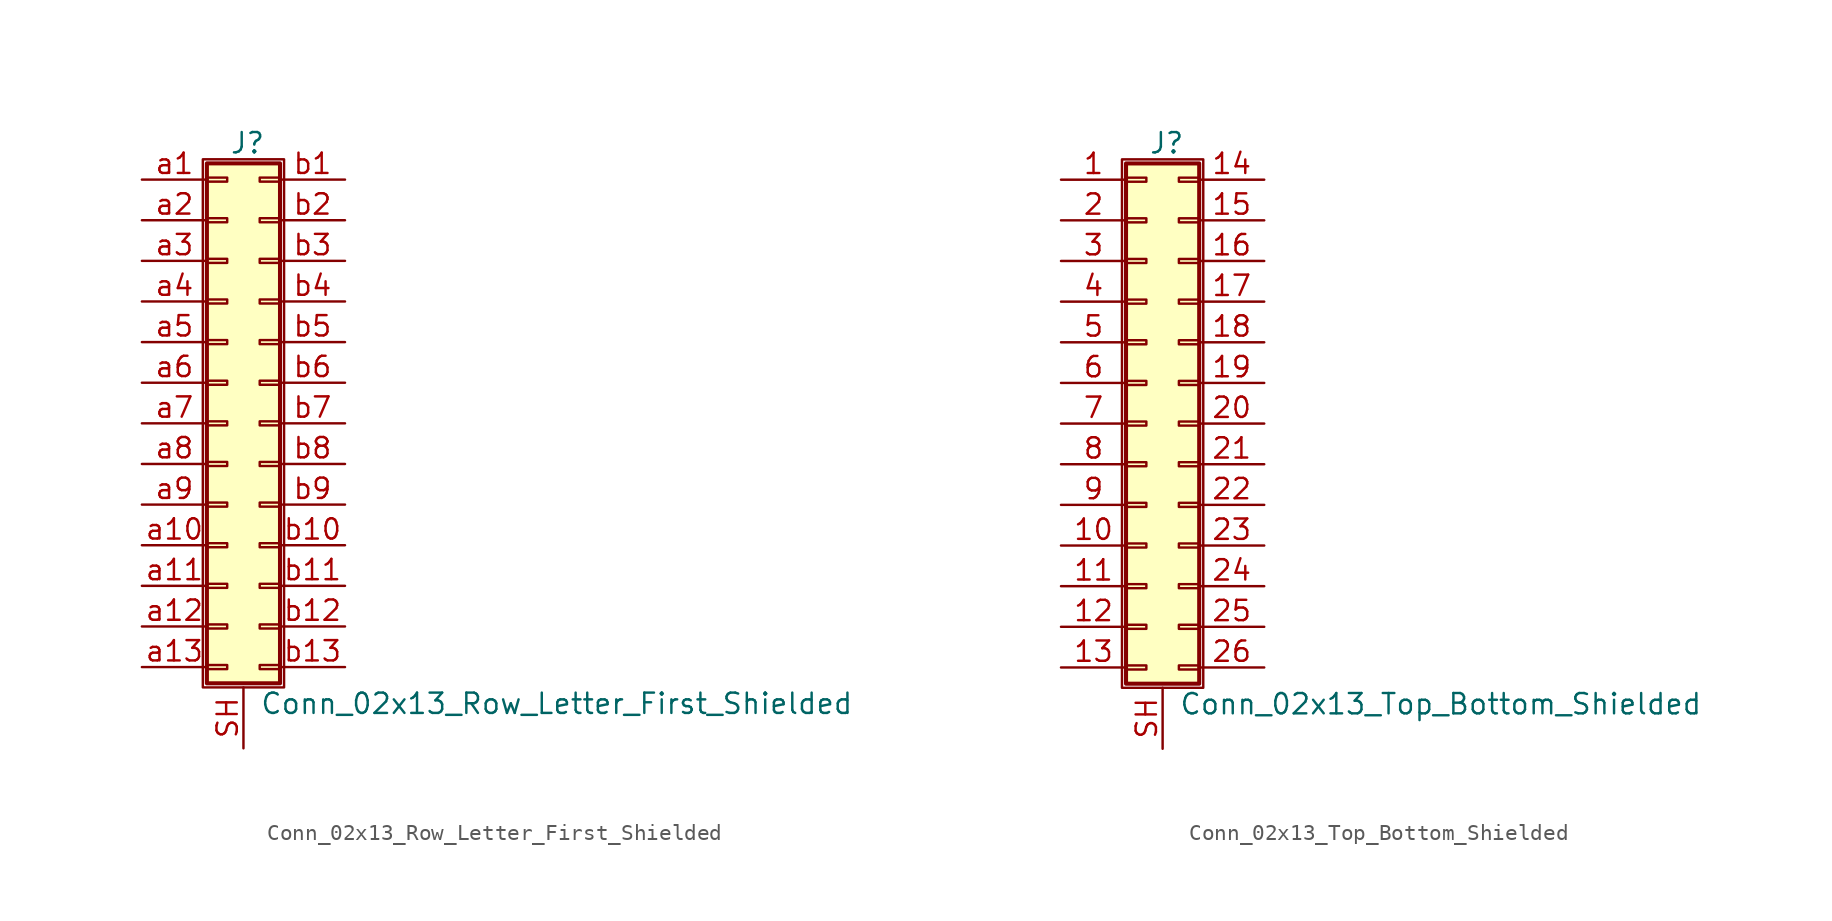
<source format=kicad_sym>
(kicad_symbol_lib
  (version 20201005)
  (generator kicad_symbol_editor)
  (symbol "Conn_02x13_Row_Letter_First_Shielded"
    (pin_names
      (offset 1.016) hide)
    (property "Reference" "J"
      (at 1.524 17.526 0)
      (effects (font (size 1.27 1.27))))
    (property "Value" "Conn_02x13_Row_Letter_First_Shielded"
      (at 2.286 -17.526 0)
      (effects (font (size 1.27 1.27)) (justify left)))
    (symbol "Conn_02x13_Row_Letter_First_Shielded_1_1"
      (rectangle (start -1.27 16.51) (end 3.81 -16.51) (stroke (width 0.152)) (fill (type none)))
      (rectangle (start -1.016 -15.113) (end 0.254 -15.367) (stroke (width 0.152)) (fill (type none)))
      (rectangle (start -1.016 -12.573) (end 0.254 -12.827) (stroke (width 0.152)) (fill (type none)))
      (rectangle (start -1.016 -10.033) (end 0.254 -10.287) (stroke (width 0.152)) (fill (type none)))
      (rectangle (start -1.016 -7.493) (end 0.254 -7.747) (stroke (width 0.152)) (fill (type none)))
      (rectangle (start -1.016 -4.953) (end 0.254 -5.207) (stroke (width 0.152)) (fill (type none)))
      (rectangle (start -1.016 -2.413) (end 0.254 -2.667) (stroke (width 0.152)) (fill (type none)))
      (rectangle (start -1.016 0.127) (end 0.254 -0.127) (stroke (width 0.152)) (fill (type none)))
      (rectangle (start -1.016 2.667) (end 0.254 2.413) (stroke (width 0.152)) (fill (type none)))
      (rectangle (start -1.016 5.207) (end 0.254 4.953) (stroke (width 0.152)) (fill (type none)))
      (rectangle (start -1.016 7.747) (end 0.254 7.493) (stroke (width 0.152)) (fill (type none)))
      (rectangle (start -1.016 10.287) (end 0.254 10.033) (stroke (width 0.152)) (fill (type none)))
      (rectangle (start -1.016 12.827) (end 0.254 12.573) (stroke (width 0.152)) (fill (type none)))
      (rectangle (start -1.016 15.367) (end 0.254 15.113) (stroke (width 0.152)) (fill (type none)))
      (rectangle (start -1.016 16.256) (end 3.556 -16.256) (stroke (width 0.254)) (fill (type background)))
      (rectangle (start 3.556 -15.113) (end 2.286 -15.367) (stroke (width 0.152)) (fill (type none)))
      (rectangle (start 3.556 -12.573) (end 2.286 -12.827) (stroke (width 0.152)) (fill (type none)))
      (rectangle (start 3.556 -10.033) (end 2.286 -10.287) (stroke (width 0.152)) (fill (type none)))
      (rectangle (start 3.556 -7.493) (end 2.286 -7.747) (stroke (width 0.152)) (fill (type none)))
      (rectangle (start 3.556 -4.953) (end 2.286 -5.207) (stroke (width 0.152)) (fill (type none)))
      (rectangle (start 3.556 -2.413) (end 2.286 -2.667) (stroke (width 0.152)) (fill (type none)))
      (rectangle (start 3.556 0.127) (end 2.286 -0.127) (stroke (width 0.152)) (fill (type none)))
      (rectangle (start 3.556 2.667) (end 2.286 2.413) (stroke (width 0.152)) (fill (type none)))
      (rectangle (start 3.556 5.207) (end 2.286 4.953) (stroke (width 0.152)) (fill (type none)))
      (rectangle (start 3.556 7.747) (end 2.286 7.493) (stroke (width 0.152)) (fill (type none)))
      (rectangle (start 3.556 10.287) (end 2.286 10.033) (stroke (width 0.152)) (fill (type none)))
      (rectangle (start 3.556 12.827) (end 2.286 12.573) (stroke (width 0.152)) (fill (type none)))
      (rectangle (start 3.556 15.367) (end 2.286 15.113) (stroke (width 0.152)) (fill (type none)))
      (pin passive line (at 1.27 -20.32 90) (length 3.81) (name "Shield" (effects (font (size 1.27 1.27)))) (number "SH" (effects (font (size 1.27 1.27)))))
      (pin passive line (at -5.08 15.24 0) (length 4.064) (name "Pin_a1" (effects (font (size 1.27 1.27)))) (number "a1" (effects (font (size 1.27 1.27)))))
      (pin passive line (at -5.08 -7.62 0) (length 4.064) (name "Pin_a10" (effects (font (size 1.27 1.27)))) (number "a10" (effects (font (size 1.27 1.27)))))
      (pin passive line (at -5.08 -10.16 0) (length 4.064) (name "Pin_a11" (effects (font (size 1.27 1.27)))) (number "a11" (effects (font (size 1.27 1.27)))))
      (pin passive line (at -5.08 -12.7 0) (length 4.064) (name "Pin_a12" (effects (font (size 1.27 1.27)))) (number "a12" (effects (font (size 1.27 1.27)))))
      (pin passive line (at -5.08 -15.24 0) (length 4.064) (name "Pin_a13" (effects (font (size 1.27 1.27)))) (number "a13" (effects (font (size 1.27 1.27)))))
      (pin passive line (at -5.08 12.7 0) (length 4.064) (name "Pin_a2" (effects (font (size 1.27 1.27)))) (number "a2" (effects (font (size 1.27 1.27)))))
      (pin passive line (at -5.08 10.16 0) (length 4.064) (name "Pin_a3" (effects (font (size 1.27 1.27)))) (number "a3" (effects (font (size 1.27 1.27)))))
      (pin passive line (at -5.08 7.62 0) (length 4.064) (name "Pin_a4" (effects (font (size 1.27 1.27)))) (number "a4" (effects (font (size 1.27 1.27)))))
      (pin passive line (at -5.08 5.08 0) (length 4.064) (name "Pin_a5" (effects (font (size 1.27 1.27)))) (number "a5" (effects (font (size 1.27 1.27)))))
      (pin passive line (at -5.08 2.54 0) (length 4.064) (name "Pin_a6" (effects (font (size 1.27 1.27)))) (number "a6" (effects (font (size 1.27 1.27)))))
      (pin passive line (at -5.08 0 0) (length 4.064) (name "Pin_a7" (effects (font (size 1.27 1.27)))) (number "a7" (effects (font (size 1.27 1.27)))))
      (pin passive line (at -5.08 -2.54 0) (length 4.064) (name "Pin_a8" (effects (font (size 1.27 1.27)))) (number "a8" (effects (font (size 1.27 1.27)))))
      (pin passive line (at -5.08 -5.08 0) (length 4.064) (name "Pin_a9" (effects (font (size 1.27 1.27)))) (number "a9" (effects (font (size 1.27 1.27)))))
      (pin passive line (at 7.62 15.24 180) (length 4.064) (name "Pin_b1" (effects (font (size 1.27 1.27)))) (number "b1" (effects (font (size 1.27 1.27)))))
      (pin passive line (at 7.62 -7.62 180) (length 4.064) (name "Pin_b10" (effects (font (size 1.27 1.27)))) (number "b10" (effects (font (size 1.27 1.27)))))
      (pin passive line (at 7.62 -10.16 180) (length 4.064) (name "Pin_b11" (effects (font (size 1.27 1.27)))) (number "b11" (effects (font (size 1.27 1.27)))))
      (pin passive line (at 7.62 -12.7 180) (length 4.064) (name "Pin_b12" (effects (font (size 1.27 1.27)))) (number "b12" (effects (font (size 1.27 1.27)))))
      (pin passive line (at 7.62 -15.24 180) (length 4.064) (name "Pin_b13" (effects (font (size 1.27 1.27)))) (number "b13" (effects (font (size 1.27 1.27)))))
      (pin passive line (at 7.62 12.7 180) (length 4.064) (name "Pin_b2" (effects (font (size 1.27 1.27)))) (number "b2" (effects (font (size 1.27 1.27)))))
      (pin passive line (at 7.62 10.16 180) (length 4.064) (name "Pin_b3" (effects (font (size 1.27 1.27)))) (number "b3" (effects (font (size 1.27 1.27)))))
      (pin passive line (at 7.62 7.62 180) (length 4.064) (name "Pin_b4" (effects (font (size 1.27 1.27)))) (number "b4" (effects (font (size 1.27 1.27)))))
      (pin passive line (at 7.62 5.08 180) (length 4.064) (name "Pin_b5" (effects (font (size 1.27 1.27)))) (number "b5" (effects (font (size 1.27 1.27)))))
      (pin passive line (at 7.62 2.54 180) (length 4.064) (name "Pin_b6" (effects (font (size 1.27 1.27)))) (number "b6" (effects (font (size 1.27 1.27)))))
      (pin passive line (at 7.62 0 180) (length 4.064) (name "Pin_b7" (effects (font (size 1.27 1.27)))) (number "b7" (effects (font (size 1.27 1.27)))))
      (pin passive line (at 7.62 -2.54 180) (length 4.064) (name "Pin_b8" (effects (font (size 1.27 1.27)))) (number "b8" (effects (font (size 1.27 1.27)))))
      (pin passive line (at 7.62 -5.08 180) (length 4.064) (name "Pin_b9" (effects (font (size 1.27 1.27)))) (number "b9" (effects (font (size 1.27 1.27)))))))
  (symbol "Conn_02x13_Top_Bottom_Shielded"
    (pin_names
      (offset 1.016) hide)
    (property "Reference" "J"
      (at 1.524 17.526 0)
      (effects (font (size 1.27 1.27))))
    (property "Value" "Conn_02x13_Top_Bottom_Shielded"
      (at 2.286 -17.526 0)
      (effects (font (size 1.27 1.27)) (justify left)))
    (symbol "Conn_02x13_Top_Bottom_Shielded_1_1"
      (rectangle (start -1.27 16.51) (end 3.81 -16.51) (stroke (width 0.152)) (fill (type none)))
      (rectangle (start -1.016 -15.113) (end 0.254 -15.367) (stroke (width 0.152)) (fill (type none)))
      (rectangle (start -1.016 -12.573) (end 0.254 -12.827) (stroke (width 0.152)) (fill (type none)))
      (rectangle (start -1.016 -10.033) (end 0.254 -10.287) (stroke (width 0.152)) (fill (type none)))
      (rectangle (start -1.016 -7.493) (end 0.254 -7.747) (stroke (width 0.152)) (fill (type none)))
      (rectangle (start -1.016 -4.953) (end 0.254 -5.207) (stroke (width 0.152)) (fill (type none)))
      (rectangle (start -1.016 -2.413) (end 0.254 -2.667) (stroke (width 0.152)) (fill (type none)))
      (rectangle (start -1.016 0.127) (end 0.254 -0.127) (stroke (width 0.152)) (fill (type none)))
      (rectangle (start -1.016 2.667) (end 0.254 2.413) (stroke (width 0.152)) (fill (type none)))
      (rectangle (start -1.016 5.207) (end 0.254 4.953) (stroke (width 0.152)) (fill (type none)))
      (rectangle (start -1.016 7.747) (end 0.254 7.493) (stroke (width 0.152)) (fill (type none)))
      (rectangle (start -1.016 10.287) (end 0.254 10.033) (stroke (width 0.152)) (fill (type none)))
      (rectangle (start -1.016 12.827) (end 0.254 12.573) (stroke (width 0.152)) (fill (type none)))
      (rectangle (start -1.016 15.367) (end 0.254 15.113) (stroke (width 0.152)) (fill (type none)))
      (rectangle (start -1.016 16.256) (end 3.556 -16.256) (stroke (width 0.254)) (fill (type background)))
      (rectangle (start 3.556 -15.113) (end 2.286 -15.367) (stroke (width 0.152)) (fill (type none)))
      (rectangle (start 3.556 -12.573) (end 2.286 -12.827) (stroke (width 0.152)) (fill (type none)))
      (rectangle (start 3.556 -10.033) (end 2.286 -10.287) (stroke (width 0.152)) (fill (type none)))
      (rectangle (start 3.556 -7.493) (end 2.286 -7.747) (stroke (width 0.152)) (fill (type none)))
      (rectangle (start 3.556 -4.953) (end 2.286 -5.207) (stroke (width 0.152)) (fill (type none)))
      (rectangle (start 3.556 -2.413) (end 2.286 -2.667) (stroke (width 0.152)) (fill (type none)))
      (rectangle (start 3.556 0.127) (end 2.286 -0.127) (stroke (width 0.152)) (fill (type none)))
      (rectangle (start 3.556 2.667) (end 2.286 2.413) (stroke (width 0.152)) (fill (type none)))
      (rectangle (start 3.556 5.207) (end 2.286 4.953) (stroke (width 0.152)) (fill (type none)))
      (rectangle (start 3.556 7.747) (end 2.286 7.493) (stroke (width 0.152)) (fill (type none)))
      (rectangle (start 3.556 10.287) (end 2.286 10.033) (stroke (width 0.152)) (fill (type none)))
      (rectangle (start 3.556 12.827) (end 2.286 12.573) (stroke (width 0.152)) (fill (type none)))
      (rectangle (start 3.556 15.367) (end 2.286 15.113) (stroke (width 0.152)) (fill (type none)))
      (pin passive line (at -5.08 15.24 0) (length 4.064) (name "Pin_1" (effects (font (size 1.27 1.27)))) (number "1" (effects (font (size 1.27 1.27)))))
      (pin passive line (at -5.08 -7.62 0) (length 4.064) (name "Pin_10" (effects (font (size 1.27 1.27)))) (number "10" (effects (font (size 1.27 1.27)))))
      (pin passive line (at -5.08 -10.16 0) (length 4.064) (name "Pin_11" (effects (font (size 1.27 1.27)))) (number "11" (effects (font (size 1.27 1.27)))))
      (pin passive line (at -5.08 -12.7 0) (length 4.064) (name "Pin_12" (effects (font (size 1.27 1.27)))) (number "12" (effects (font (size 1.27 1.27)))))
      (pin passive line (at -5.08 -15.24 0) (length 4.064) (name "Pin_13" (effects (font (size 1.27 1.27)))) (number "13" (effects (font (size 1.27 1.27)))))
      (pin passive line (at 7.62 15.24 180) (length 4.064) (name "Pin_14" (effects (font (size 1.27 1.27)))) (number "14" (effects (font (size 1.27 1.27)))))
      (pin passive line (at 7.62 12.7 180) (length 4.064) (name "Pin_15" (effects (font (size 1.27 1.27)))) (number "15" (effects (font (size 1.27 1.27)))))
      (pin passive line (at 7.62 10.16 180) (length 4.064) (name "Pin_16" (effects (font (size 1.27 1.27)))) (number "16" (effects (font (size 1.27 1.27)))))
      (pin passive line (at 7.62 7.62 180) (length 4.064) (name "Pin_17" (effects (font (size 1.27 1.27)))) (number "17" (effects (font (size 1.27 1.27)))))
      (pin passive line (at 7.62 5.08 180) (length 4.064) (name "Pin_18" (effects (font (size 1.27 1.27)))) (number "18" (effects (font (size 1.27 1.27)))))
      (pin passive line (at 7.62 2.54 180) (length 4.064) (name "Pin_19" (effects (font (size 1.27 1.27)))) (number "19" (effects (font (size 1.27 1.27)))))
      (pin passive line (at -5.08 12.7 0) (length 4.064) (name "Pin_2" (effects (font (size 1.27 1.27)))) (number "2" (effects (font (size 1.27 1.27)))))
      (pin passive line (at 7.62 0 180) (length 4.064) (name "Pin_20" (effects (font (size 1.27 1.27)))) (number "20" (effects (font (size 1.27 1.27)))))
      (pin passive line (at 7.62 -2.54 180) (length 4.064) (name "Pin_21" (effects (font (size 1.27 1.27)))) (number "21" (effects (font (size 1.27 1.27)))))
      (pin passive line (at 7.62 -5.08 180) (length 4.064) (name "Pin_22" (effects (font (size 1.27 1.27)))) (number "22" (effects (font (size 1.27 1.27)))))
      (pin passive line (at 7.62 -7.62 180) (length 4.064) (name "Pin_23" (effects (font (size 1.27 1.27)))) (number "23" (effects (font (size 1.27 1.27)))))
      (pin passive line (at 7.62 -10.16 180) (length 4.064) (name "Pin_24" (effects (font (size 1.27 1.27)))) (number "24" (effects (font (size 1.27 1.27)))))
      (pin passive line (at 7.62 -12.7 180) (length 4.064) (name "Pin_25" (effects (font (size 1.27 1.27)))) (number "25" (effects (font (size 1.27 1.27)))))
      (pin passive line (at 7.62 -15.24 180) (length 4.064) (name "Pin_26" (effects (font (size 1.27 1.27)))) (number "26" (effects (font (size 1.27 1.27)))))
      (pin passive line (at -5.08 10.16 0) (length 4.064) (name "Pin_3" (effects (font (size 1.27 1.27)))) (number "3" (effects (font (size 1.27 1.27)))))
      (pin passive line (at -5.08 7.62 0) (length 4.064) (name "Pin_4" (effects (font (size 1.27 1.27)))) (number "4" (effects (font (size 1.27 1.27)))))
      (pin passive line (at -5.08 5.08 0) (length 4.064) (name "Pin_5" (effects (font (size 1.27 1.27)))) (number "5" (effects (font (size 1.27 1.27)))))
      (pin passive line (at -5.08 2.54 0) (length 4.064) (name "Pin_6" (effects (font (size 1.27 1.27)))) (number "6" (effects (font (size 1.27 1.27)))))
      (pin passive line (at -5.08 0 0) (length 4.064) (name "Pin_7" (effects (font (size 1.27 1.27)))) (number "7" (effects (font (size 1.27 1.27)))))
      (pin passive line (at -5.08 -2.54 0) (length 4.064) (name "Pin_8" (effects (font (size 1.27 1.27)))) (number "8" (effects (font (size 1.27 1.27)))))
      (pin passive line (at -5.08 -5.08 0) (length 4.064) (name "Pin_9" (effects (font (size 1.27 1.27)))) (number "9" (effects (font (size 1.27 1.27)))))
      (pin passive line (at 1.27 -20.32 90) (length 3.81) (name "Shield" (effects (font (size 1.27 1.27)))) (number "SH" (effects (font (size 1.27 1.27))))))))
</source>
